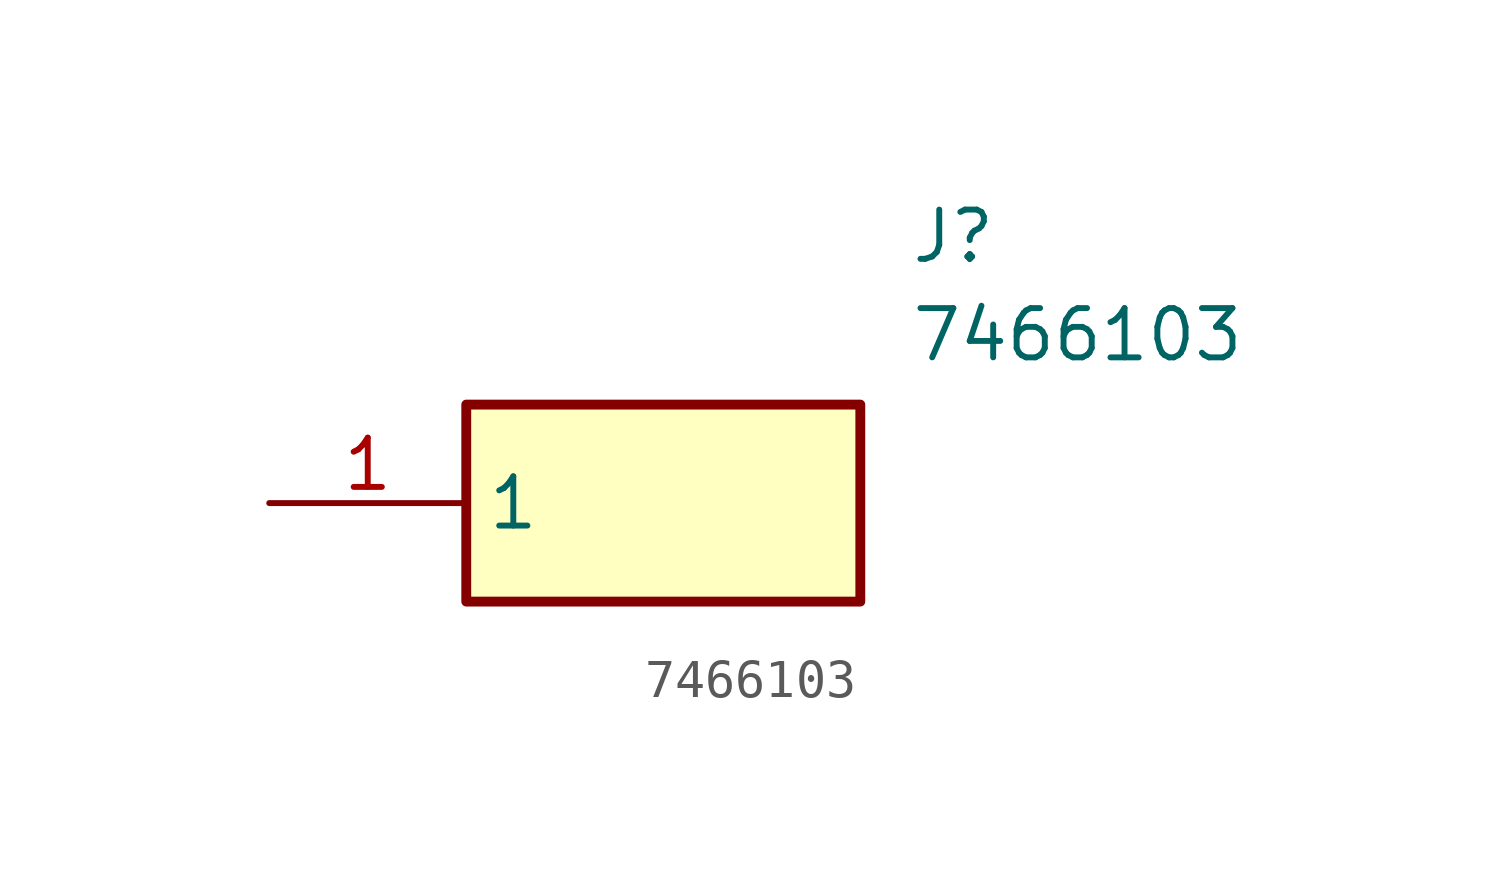
<source format=kicad_sym>
(kicad_symbol_lib
  (version 20220914)
  (generator SamacSys_ECAD_Model)
  (symbol "7466103"
    (property "Reference" "J"
      (at 16.51 7.62 0)
      (effects (font (size 1.27 1.27)) (justify left top)))
    (property "Value" "7466103"
      (at 16.51 5.08 0)
      (effects (font (size 1.27 1.27)) (justify left top)))
    (rectangle
      (start 5.08 2.54)
      (end 15.24 -2.54)
      (stroke (width 0.254) (type default))
      (fill (type background)))
    (pin passive line
      (at 0 0 0)
      (length 5.08)
      (name "1" (effects (font (size 1.27 1.27))))
      (number "1" (effects (font (size 1.27 1.27)))))))
</source>
